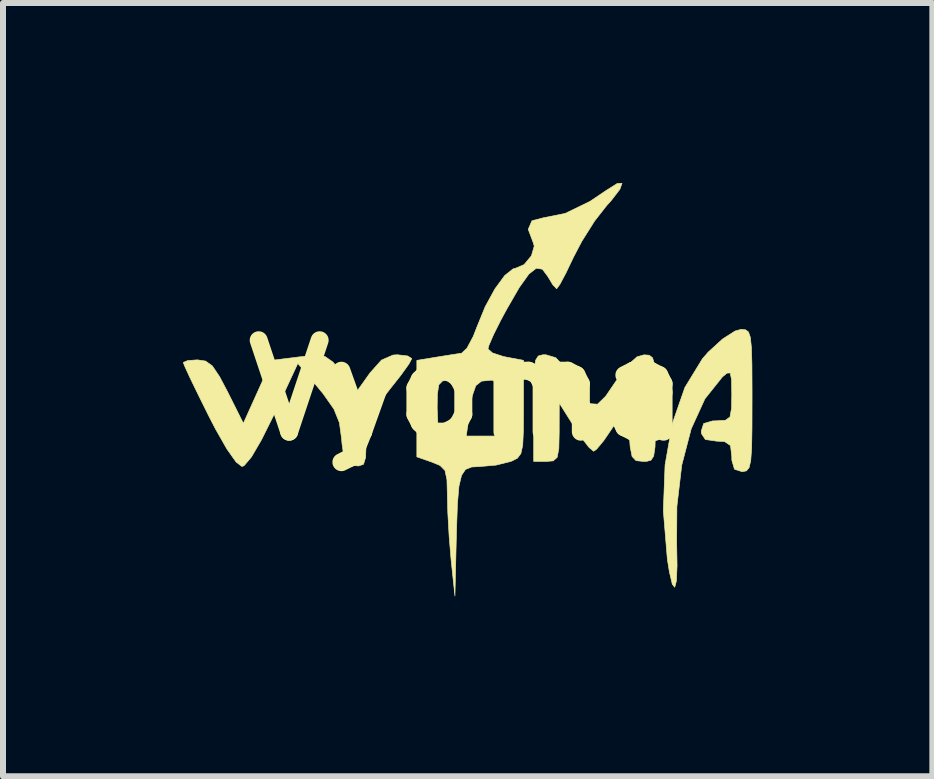
<source format=kicad_pcb>
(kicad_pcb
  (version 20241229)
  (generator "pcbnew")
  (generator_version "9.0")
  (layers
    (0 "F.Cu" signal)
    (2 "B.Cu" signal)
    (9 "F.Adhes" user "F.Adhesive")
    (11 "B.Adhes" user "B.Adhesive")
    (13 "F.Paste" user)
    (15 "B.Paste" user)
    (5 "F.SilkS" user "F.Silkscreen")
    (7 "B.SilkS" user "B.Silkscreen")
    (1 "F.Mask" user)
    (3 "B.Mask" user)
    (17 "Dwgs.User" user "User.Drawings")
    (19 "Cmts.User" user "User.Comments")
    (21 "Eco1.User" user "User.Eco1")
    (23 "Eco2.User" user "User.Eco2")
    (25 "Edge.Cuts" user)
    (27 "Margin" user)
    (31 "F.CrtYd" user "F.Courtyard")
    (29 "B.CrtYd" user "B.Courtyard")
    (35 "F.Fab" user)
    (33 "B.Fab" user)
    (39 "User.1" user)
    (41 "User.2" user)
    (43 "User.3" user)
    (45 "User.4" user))
  (footprint "Vyoma"
    (layer "F.Cu")
    (at 4.746 3.457)
    (property "Reference" "Vyoma" (at 0 0 0) (layer "F.SilkS") (effects (font (size 1.524 1.524) (thickness 0.3))))
    (attr through_hole)
    (fp_poly (pts (xy 1.468 -0.544) (xy 1.627 -0.377) (xy 1.723 -0.226) (xy 1.907 0.072) (xy 2.045 0.223) (xy 2.165 0.231) (xy 2.3 0.1) (xy 2.458 -0.132) (xy 2.66 -0.414) (xy 2.824 -0.559) (xy 2.942 -0.592) (xy 3.027 -0.585) (xy 3.082 -0.543) (xy 3.114 -0.436) (xy 3.128 -0.234) (xy 3.132 0.094) (xy 3.133 0.296) (xy 3.131 0.692) (xy 3.123 0.948) (xy 3.101 1.096) (xy 3.057 1.164) (xy 2.985 1.184) (xy 2.925 1.185) (xy 2.807 1.172) (xy 2.741 1.103) (xy 2.709 0.94) (xy 2.692 0.704) (xy 2.667 0.224) (xy 2.417 0.62) (xy 2.269 0.838) (xy 2.149 0.982) (xy 2.1 1.016) (xy 2.022 0.95) (xy 1.89 0.78) (xy 1.78 0.614) (xy 1.527 0.212) (xy 1.526 0.699) (xy 1.52 0.973) (xy 1.492 1.118) (xy 1.426 1.176) (xy 1.312 1.185) (xy 1.101 1.185) (xy 1.101 0.296) (xy 1.102 -0.099) (xy 1.11 -0.356) (xy 1.133 -0.503) (xy 1.177 -0.572) (xy 1.248 -0.592) (xy 1.304 -0.593) (xy 1.468 -0.544)) (stroke (width 0.01) (type solid)) (fill yes) (layer "F.SilkS"))
    (fp_poly (pts (xy 4.63 -1.01) (xy 4.681 -0.974) (xy 4.713 -0.882) (xy 4.731 -0.707) (xy 4.739 -0.425) (xy 4.741 -0.008) (xy 4.741 0.169) (xy 4.74 0.638) (xy 4.734 0.964) (xy 4.719 1.173) (xy 4.691 1.29) (xy 4.648 1.342) (xy 4.585 1.355) (xy 4.572 1.355) (xy 4.448 1.315) (xy 4.404 1.166) (xy 4.403 1.101) (xy 4.382 0.921) (xy 4.283 0.854) (xy 4.149 0.847) (xy 3.963 0.82) (xy 3.897 0.721) (xy 3.895 0.677) (xy 3.935 0.553) (xy 4.083 0.51) (xy 4.149 0.508) (xy 4.297 0.499) (xy 4.373 0.444) (xy 4.399 0.3) (xy 4.403 0.072) (xy 4.399 -0.179) (xy 4.377 -0.29) (xy 4.323 -0.287) (xy 4.246 -0.223) (xy 3.955 0.142) (xy 3.727 0.641) (xy 3.569 1.247) (xy 3.488 1.936) (xy 3.484 2.529) (xy 3.491 2.924) (xy 3.48 3.178) (xy 3.452 3.283) (xy 3.412 3.234) (xy 3.363 3.026) (xy 3.329 2.815) (xy 3.262 2.006) (xy 3.291 1.243) (xy 3.413 0.551) (xy 3.621 -0.047) (xy 3.913 -0.525) (xy 4.01 -0.637) (xy 4.249 -0.855) (xy 4.458 -0.989) (xy 4.557 -1.016) (xy 4.63 -1.01)) (stroke (width 0.01) (type solid)) (fill yes) (layer "F.SilkS"))
    (fp_poly (pts (xy -0.999 -0.573) (xy -0.931 -0.529) (xy -0.981 -0.436) (xy -1.113 -0.252) (xy -1.299 -0.017) (xy -1.312 0) (xy -1.519 0.267) (xy -1.635 0.469) (xy -1.684 0.667) (xy -1.693 0.873) (xy -1.701 1.118) (xy -1.736 1.233) (xy -1.819 1.261) (xy -1.884 1.255) (xy -2.001 1.215) (xy -2.064 1.107) (xy -2.095 0.886) (xy -2.101 0.81) (xy -2.138 0.539) (xy -2.23 0.311) (xy -2.408 0.058) (xy -2.479 -0.028) (xy -2.831 -0.449) (xy -3.231 0.411) (xy -3.437 0.825) (xy -3.604 1.111) (xy -3.726 1.255) (xy -3.763 1.27) (xy -3.861 1.194) (xy -4.013 0.979) (xy -4.205 0.642) (xy -4.317 0.425) (xy -4.487 0.082) (xy -4.625 -0.202) (xy -4.714 -0.395) (xy -4.741 -0.464) (xy -4.668 -0.496) (xy -4.505 -0.508) (xy -4.369 -0.488) (xy -4.257 -0.408) (xy -4.138 -0.232) (xy -4.004 0.021) (xy -3.739 0.55) (xy -3.502 0.025) (xy -3.265 -0.5) (xy -2.811 -0.557) (xy -2.544 -0.584) (xy -2.379 -0.564) (xy -2.249 -0.474) (xy -2.099 -0.302) (xy -1.842 0.011) (xy -1.627 -0.291) (xy -1.437 -0.504) (xy -1.245 -0.588) (xy -1.172 -0.593) (xy -0.999 -0.573)) (stroke (width 0.01) (type solid)) (fill yes) (layer "F.SilkS"))
    (fp_poly (pts (xy 2.538 -3.352) (xy 2.391 -3.161) (xy 2.319 -3.082) (xy 2.115 -2.821) (xy 1.904 -2.486) (xy 1.766 -2.223) (xy 1.64 -1.959) (xy 1.539 -1.769) (xy 1.484 -1.693) (xy 1.484 -1.693) (xy 1.42 -1.759) (xy 1.336 -1.899) (xy 1.246 -2.019) (xy 1.145 -2.036) (xy 1.021 -1.939) (xy 0.86 -1.714) (xy 0.65 -1.35) (xy 0.551 -1.167) (xy 0.432 -0.929) (xy 0.354 -0.749) (xy 0.339 -0.69) (xy 0.413 -0.624) (xy 0.595 -0.564) (xy 0.635 -0.556) (xy 0.931 -0.5) (xy 0.931 0.302) (xy 0.929 0.676) (xy 0.918 0.915) (xy 0.887 1.055) (xy 0.83 1.131) (xy 0.738 1.178) (xy 0.714 1.187) (xy 0.471 1.247) (xy 0.208 1.27) (xy 0.066 1.278) (xy -0.035 1.318) (xy -0.102 1.417) (xy -0.145 1.598) (xy -0.17 1.887) (xy -0.185 2.31) (xy -0.191 2.54) (xy -0.212 3.429) (xy -0.275 2.836) (xy -0.308 2.444) (xy -0.331 2.035) (xy -0.338 1.765) (xy -0.345 1.491) (xy -0.378 1.336) (xy -0.46 1.253) (xy -0.593 1.198) (xy -0.847 1.109) (xy -0.847 0.296) (xy -0.508 0.296) (xy -0.496 0.578) (xy -0.456 0.723) (xy -0.383 0.762) (xy -0.023 0.762) (xy 0.593 0.762) (xy 0.593 0.296) (xy 0.587 0.03) (xy 0.558 -0.109) (xy 0.487 -0.162) (xy 0.386 -0.169) (xy 0.231 -0.153) (xy 0.136 -0.078) (xy 0.076 0.093) (xy 0.03 0.374) (xy -0.023 0.762) (xy -0.383 0.762) (xy -0.27 0.69) (xy -0.219 0.572) (xy -0.151 0.22) (xy -0.121 0.002) (xy -0.134 -0.115) (xy -0.192 -0.161) (xy -0.298 -0.169) (xy -0.418 -0.157) (xy -0.481 -0.092) (xy -0.505 0.066) (xy -0.508 0.296) (xy -0.847 0.296) (xy -0.847 -0.5) (xy -0.529 -0.552) (xy -0.291 -0.59) (xy -0.117 -0.617) (xy -0.1 -0.619) (xy -0.012 -0.702) (xy 0.093 -0.898) (xy 0.156 -1.06) (xy 0.292 -1.393) (xy 0.454 -1.69) (xy 0.618 -1.914) (xy 0.759 -2.026) (xy 0.791 -2.032) (xy 0.941 -2.096) (xy 1.063 -2.243) (xy 1.11 -2.404) (xy 1.092 -2.466) (xy 1.01 -2.684) (xy 1.072 -2.827) (xy 1.272 -2.879) (xy 1.274 -2.879) (xy 1.626 -2.949) (xy 2.041 -3.151) (xy 2.306 -3.33) (xy 2.495 -3.449) (xy 2.573 -3.452) (xy 2.538 -3.352)) (stroke (width 0.01) (type solid)) (fill yes) (layer "F.SilkS")))
  (gr_rect
    (start -3 -3)
    (end 12.493 9.891)
    (stroke (width 0.1) (type default))
    (fill no)
    (layer "Edge.Cuts")))
</source>
